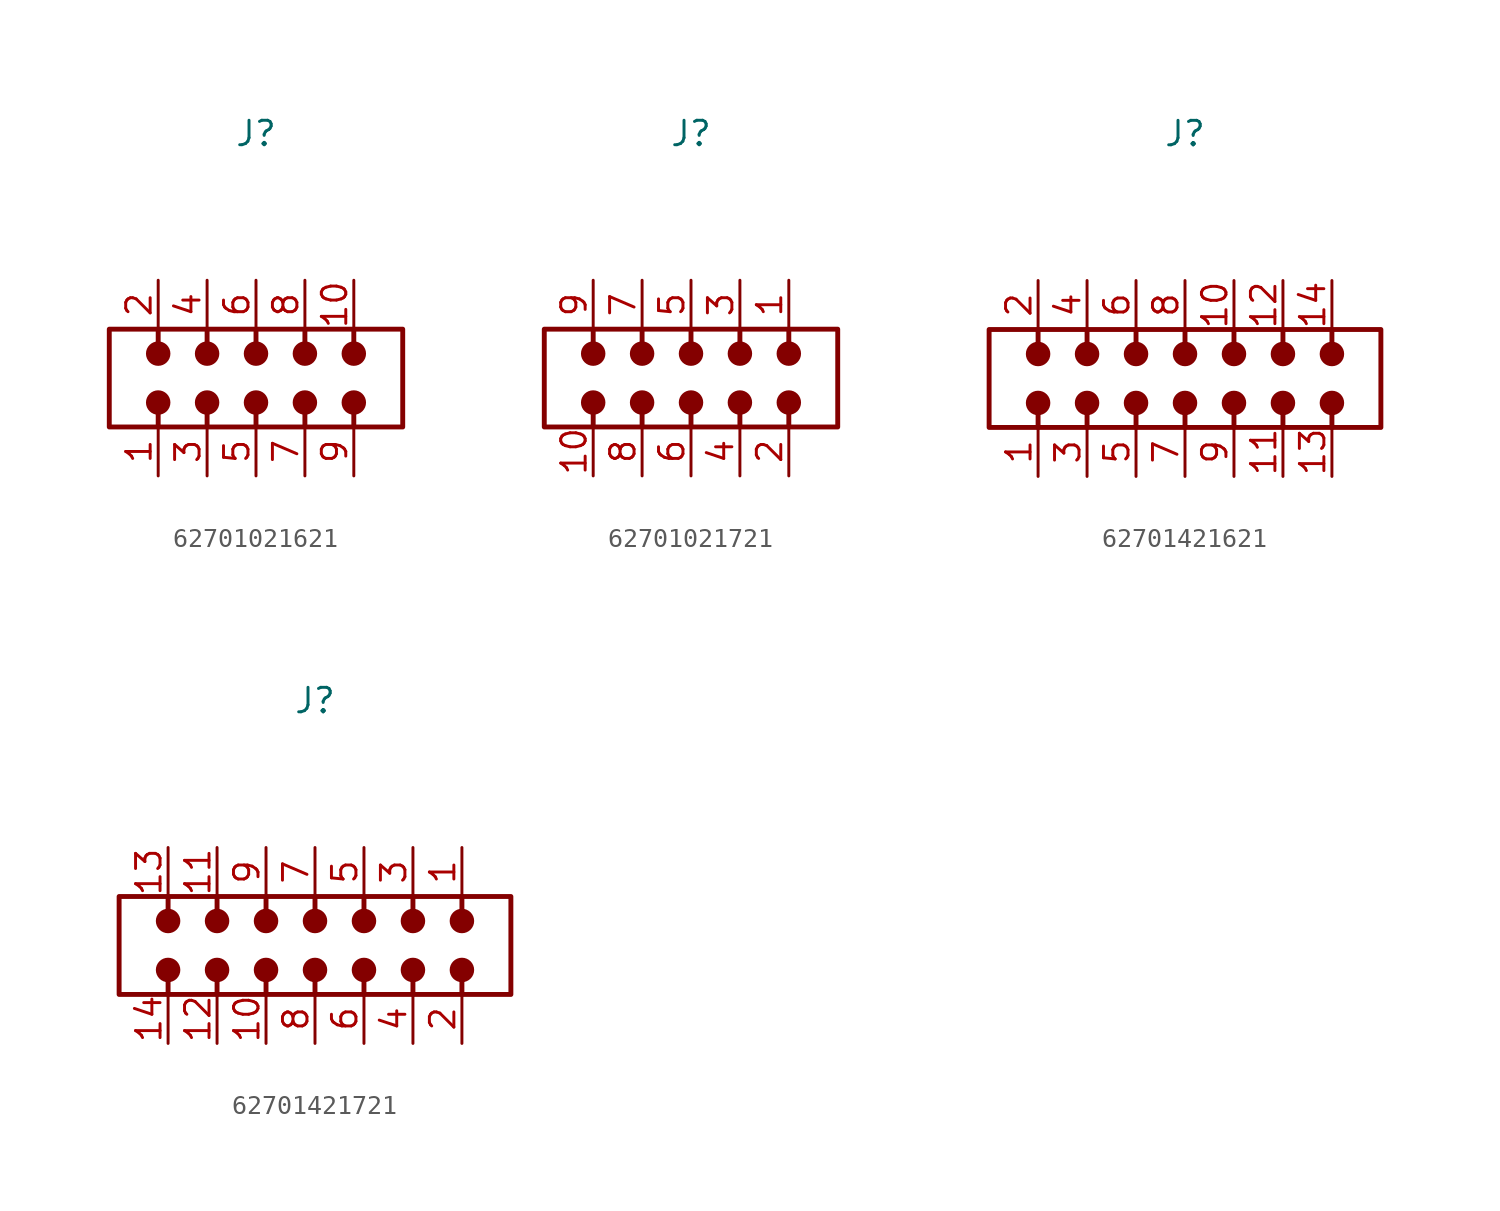
<source format=kicad_sym>
(kicad_symbol_lib
  (version 20241209)
  (generator "kicad_symbol_editor")
  (generator_version "9.0")
  (symbol "62701021621"
    (pin_names
      (hide yes))
    (property "Reference" "J"
      (at 0 12.7 0)
      (effects (font (size 1.27 1.27))))
    (symbol "62701021621_1_1"
      (rectangle (start -7.62 2.54) (end 7.62 -2.54) (stroke (width 0.254) (type solid)) (fill (type none)))
      (polyline (pts (xy -5.08 1.778) (xy -5.08 2.54)) (stroke (width 0.254) (type solid)) (fill (type none)))
      (circle (center -5.08 1.27) (radius 0.508) (stroke (width 0.254) (type solid)) (fill (type outline)))
      (circle (center -5.08 -1.27) (radius 0.508) (stroke (width 0.254) (type solid)) (fill (type outline)))
      (polyline (pts (xy -5.08 -1.778) (xy -5.08 -2.54)) (stroke (width 0.254) (type solid)) (fill (type none)))
      (polyline (pts (xy -2.54 1.778) (xy -2.54 2.54)) (stroke (width 0.254) (type solid)) (fill (type none)))
      (circle (center -2.54 1.27) (radius 0.508) (stroke (width 0.254) (type solid)) (fill (type outline)))
      (circle (center -2.54 -1.27) (radius 0.508) (stroke (width 0.254) (type solid)) (fill (type outline)))
      (polyline (pts (xy -2.54 -1.778) (xy -2.54 -2.54)) (stroke (width 0.254) (type solid)) (fill (type none)))
      (polyline (pts (xy 0 1.778) (xy 0 2.54)) (stroke (width 0.254) (type solid)) (fill (type none)))
      (circle (center 0 1.27) (radius 0.508) (stroke (width 0.254) (type solid)) (fill (type outline)))
      (circle (center 0 -1.27) (radius 0.508) (stroke (width 0.254) (type solid)) (fill (type outline)))
      (polyline (pts (xy 0 -1.778) (xy 0 -2.54)) (stroke (width 0.254) (type solid)) (fill (type none)))
      (polyline (pts (xy 2.54 1.778) (xy 2.54 2.54)) (stroke (width 0.254) (type solid)) (fill (type none)))
      (circle (center 2.54 1.27) (radius 0.508) (stroke (width 0.254) (type solid)) (fill (type outline)))
      (circle (center 2.54 -1.27) (radius 0.508) (stroke (width 0.254) (type solid)) (fill (type outline)))
      (polyline (pts (xy 2.54 -1.778) (xy 2.54 -2.54)) (stroke (width 0.254) (type solid)) (fill (type none)))
      (polyline (pts (xy 5.08 1.778) (xy 5.08 2.54)) (stroke (width 0.254) (type solid)) (fill (type none)))
      (circle (center 5.08 1.27) (radius 0.508) (stroke (width 0.254) (type solid)) (fill (type outline)))
      (circle (center 5.08 -1.27) (radius 0.508) (stroke (width 0.254) (type solid)) (fill (type outline)))
      (polyline (pts (xy 5.08 -1.778) (xy 5.08 -2.54)) (stroke (width 0.254) (type solid)) (fill (type none)))
      (pin passive line (at -5.08 5.08 270) (length 2.54) (name "2" (effects (font (size 1.27 1.27)))) (number "2" (effects (font (size 1.27 1.27)))))
      (pin passive line (at -5.08 -5.08 90) (length 2.54) (name "1" (effects (font (size 1.27 1.27)))) (number "1" (effects (font (size 1.27 1.27)))))
      (pin passive line (at -2.54 5.08 270) (length 2.54) (name "4" (effects (font (size 1.27 1.27)))) (number "4" (effects (font (size 1.27 1.27)))))
      (pin passive line (at -2.54 -5.08 90) (length 2.54) (name "3" (effects (font (size 1.27 1.27)))) (number "3" (effects (font (size 1.27 1.27)))))
      (pin passive line (at 0 5.08 270) (length 2.54) (name "6" (effects (font (size 1.27 1.27)))) (number "6" (effects (font (size 1.27 1.27)))))
      (pin passive line (at 0 -5.08 90) (length 2.54) (name "5" (effects (font (size 1.27 1.27)))) (number "5" (effects (font (size 1.27 1.27)))))
      (pin passive line (at 2.54 5.08 270) (length 2.54) (name "8" (effects (font (size 1.27 1.27)))) (number "8" (effects (font (size 1.27 1.27)))))
      (pin passive line (at 2.54 -5.08 90) (length 2.54) (name "7" (effects (font (size 1.27 1.27)))) (number "7" (effects (font (size 1.27 1.27)))))
      (pin passive line (at 5.08 5.08 270) (length 2.54) (name "10" (effects (font (size 1.27 1.27)))) (number "10" (effects (font (size 1.27 1.27)))))
      (pin passive line (at 5.08 -5.08 90) (length 2.54) (name "9" (effects (font (size 1.27 1.27)))) (number "9" (effects (font (size 1.27 1.27)))))))
  (symbol "62701021721"
    (pin_names
      (hide yes))
    (property "Reference" "J"
      (at 0 12.7 0)
      (effects (font (size 1.27 1.27))))
    (symbol "62701021721_1_1"
      (polyline (pts (xy -5.08 1.778) (xy -5.08 2.54)) (stroke (width 0.254) (type solid)) (fill (type none)))
      (circle (center -5.08 1.27) (radius 0.508) (stroke (width 0.254) (type solid)) (fill (type outline)))
      (circle (center -5.08 -1.27) (radius 0.508) (stroke (width 0.254) (type solid)) (fill (type outline)))
      (polyline (pts (xy -5.08 -1.778) (xy -5.08 -2.54)) (stroke (width 0.254) (type solid)) (fill (type none)))
      (polyline (pts (xy -2.54 1.778) (xy -2.54 2.54)) (stroke (width 0.254) (type solid)) (fill (type none)))
      (circle (center -2.54 1.27) (radius 0.508) (stroke (width 0.254) (type solid)) (fill (type outline)))
      (circle (center -2.54 -1.27) (radius 0.508) (stroke (width 0.254) (type solid)) (fill (type outline)))
      (polyline (pts (xy -2.54 -1.778) (xy -2.54 -2.54)) (stroke (width 0.254) (type solid)) (fill (type none)))
      (polyline (pts (xy 0 1.778) (xy 0 2.54)) (stroke (width 0.254) (type solid)) (fill (type none)))
      (circle (center 0 1.27) (radius 0.508) (stroke (width 0.254) (type solid)) (fill (type outline)))
      (circle (center 0 -1.27) (radius 0.508) (stroke (width 0.254) (type solid)) (fill (type outline)))
      (polyline (pts (xy 0 -1.778) (xy 0 -2.54)) (stroke (width 0.254) (type solid)) (fill (type none)))
      (polyline (pts (xy 2.54 1.778) (xy 2.54 2.54)) (stroke (width 0.254) (type solid)) (fill (type none)))
      (circle (center 2.54 1.27) (radius 0.508) (stroke (width 0.254) (type solid)) (fill (type outline)))
      (circle (center 2.54 -1.27) (radius 0.508) (stroke (width 0.254) (type solid)) (fill (type outline)))
      (polyline (pts (xy 2.54 -1.778) (xy 2.54 -2.54)) (stroke (width 0.254) (type solid)) (fill (type none)))
      (polyline (pts (xy 5.08 1.778) (xy 5.08 2.54)) (stroke (width 0.254) (type solid)) (fill (type none)))
      (circle (center 5.08 1.27) (radius 0.508) (stroke (width 0.254) (type solid)) (fill (type outline)))
      (circle (center 5.08 -1.27) (radius 0.508) (stroke (width 0.254) (type solid)) (fill (type outline)))
      (polyline (pts (xy 5.08 -1.778) (xy 5.08 -2.54)) (stroke (width 0.254) (type solid)) (fill (type none)))
      (rectangle (start 7.62 -2.54) (end -7.62 2.54) (stroke (width 0.254) (type solid)) (fill (type none)))
      (pin passive line (at -5.08 5.08 270) (length 2.54) (name "9" (effects (font (size 1.27 1.27)))) (number "9" (effects (font (size 1.27 1.27)))))
      (pin passive line (at -5.08 -5.08 90) (length 2.54) (name "10" (effects (font (size 1.27 1.27)))) (number "10" (effects (font (size 1.27 1.27)))))
      (pin passive line (at -2.54 5.08 270) (length 2.54) (name "7" (effects (font (size 1.27 1.27)))) (number "7" (effects (font (size 1.27 1.27)))))
      (pin passive line (at -2.54 -5.08 90) (length 2.54) (name "8" (effects (font (size 1.27 1.27)))) (number "8" (effects (font (size 1.27 1.27)))))
      (pin passive line (at 0 5.08 270) (length 2.54) (name "5" (effects (font (size 1.27 1.27)))) (number "5" (effects (font (size 1.27 1.27)))))
      (pin passive line (at 0 -5.08 90) (length 2.54) (name "6" (effects (font (size 1.27 1.27)))) (number "6" (effects (font (size 1.27 1.27)))))
      (pin passive line (at 2.54 5.08 270) (length 2.54) (name "3" (effects (font (size 1.27 1.27)))) (number "3" (effects (font (size 1.27 1.27)))))
      (pin passive line (at 2.54 -5.08 90) (length 2.54) (name "4" (effects (font (size 1.27 1.27)))) (number "4" (effects (font (size 1.27 1.27)))))
      (pin passive line (at 5.08 5.08 270) (length 2.54) (name "1" (effects (font (size 1.27 1.27)))) (number "1" (effects (font (size 1.27 1.27)))))
      (pin passive line (at 5.08 -5.08 90) (length 2.54) (name "2" (effects (font (size 1.27 1.27)))) (number "2" (effects (font (size 1.27 1.27)))))))
  (symbol "62701421621"
    (pin_names
      (hide yes))
    (property "Reference" "J"
      (at 0 12.7 0)
      (effects (font (size 1.27 1.27))))
    (symbol "62701421621_1_1"
      (polyline (pts (xy -7.62 1.778) (xy -7.62 2.54)) (stroke (width 0.254) (type solid)) (fill (type none)))
      (circle (center -7.62 1.27) (radius 0.508) (stroke (width 0.254) (type solid)) (fill (type outline)))
      (circle (center -7.62 -1.27) (radius 0.508) (stroke (width 0.254) (type solid)) (fill (type outline)))
      (polyline (pts (xy -7.62 -1.778) (xy -7.62 -2.54)) (stroke (width 0.254) (type solid)) (fill (type none)))
      (polyline (pts (xy -5.08 1.778) (xy -5.08 2.54)) (stroke (width 0.254) (type solid)) (fill (type none)))
      (circle (center -5.08 1.27) (radius 0.508) (stroke (width 0.254) (type solid)) (fill (type outline)))
      (circle (center -5.08 -1.27) (radius 0.508) (stroke (width 0.254) (type solid)) (fill (type outline)))
      (polyline (pts (xy -5.08 -1.778) (xy -5.08 -2.54)) (stroke (width 0.254) (type solid)) (fill (type none)))
      (polyline (pts (xy -2.54 1.778) (xy -2.54 2.54)) (stroke (width 0.254) (type solid)) (fill (type none)))
      (circle (center -2.54 1.27) (radius 0.508) (stroke (width 0.254) (type solid)) (fill (type outline)))
      (circle (center -2.54 -1.27) (radius 0.508) (stroke (width 0.254) (type solid)) (fill (type outline)))
      (polyline (pts (xy -2.54 -1.778) (xy -2.54 -2.54)) (stroke (width 0.254) (type solid)) (fill (type none)))
      (polyline (pts (xy 0 1.778) (xy 0 2.54)) (stroke (width 0.254) (type solid)) (fill (type none)))
      (circle (center 0 1.27) (radius 0.508) (stroke (width 0.254) (type solid)) (fill (type outline)))
      (circle (center 0 -1.27) (radius 0.508) (stroke (width 0.254) (type solid)) (fill (type outline)))
      (polyline (pts (xy 0 -1.778) (xy 0 -2.54)) (stroke (width 0.254) (type solid)) (fill (type none)))
      (polyline (pts (xy 2.54 1.778) (xy 2.54 2.54)) (stroke (width 0.254) (type solid)) (fill (type none)))
      (circle (center 2.54 1.27) (radius 0.508) (stroke (width 0.254) (type solid)) (fill (type outline)))
      (circle (center 2.54 -1.27) (radius 0.508) (stroke (width 0.254) (type solid)) (fill (type outline)))
      (polyline (pts (xy 2.54 -1.778) (xy 2.54 -2.54)) (stroke (width 0.254) (type solid)) (fill (type none)))
      (polyline (pts (xy 5.08 1.778) (xy 5.08 2.54)) (stroke (width 0.254) (type solid)) (fill (type none)))
      (circle (center 5.08 1.27) (radius 0.508) (stroke (width 0.254) (type solid)) (fill (type outline)))
      (circle (center 5.08 -1.27) (radius 0.508) (stroke (width 0.254) (type solid)) (fill (type outline)))
      (polyline (pts (xy 5.08 -1.778) (xy 5.08 -2.54)) (stroke (width 0.254) (type solid)) (fill (type none)))
      (polyline (pts (xy 7.62 1.778) (xy 7.62 2.54)) (stroke (width 0.254) (type solid)) (fill (type none)))
      (circle (center 7.62 1.27) (radius 0.508) (stroke (width 0.254) (type solid)) (fill (type outline)))
      (circle (center 7.62 -1.27) (radius 0.508) (stroke (width 0.254) (type solid)) (fill (type outline)))
      (polyline (pts (xy 7.62 -1.778) (xy 7.62 -2.54)) (stroke (width 0.254) (type solid)) (fill (type none)))
      (rectangle (start 10.16 -2.54) (end -10.16 2.54) (stroke (width 0.254) (type solid)) (fill (type none)))
      (pin passive line (at -7.62 5.08 270) (length 2.54) (name "2" (effects (font (size 1.27 1.27)))) (number "2" (effects (font (size 1.27 1.27)))))
      (pin passive line (at -7.62 -5.08 90) (length 2.54) (name "1" (effects (font (size 1.27 1.27)))) (number "1" (effects (font (size 1.27 1.27)))))
      (pin passive line (at -5.08 5.08 270) (length 2.54) (name "4" (effects (font (size 1.27 1.27)))) (number "4" (effects (font (size 1.27 1.27)))))
      (pin passive line (at -5.08 -5.08 90) (length 2.54) (name "3" (effects (font (size 1.27 1.27)))) (number "3" (effects (font (size 1.27 1.27)))))
      (pin passive line (at -2.54 5.08 270) (length 2.54) (name "6" (effects (font (size 1.27 1.27)))) (number "6" (effects (font (size 1.27 1.27)))))
      (pin passive line (at -2.54 -5.08 90) (length 2.54) (name "5" (effects (font (size 1.27 1.27)))) (number "5" (effects (font (size 1.27 1.27)))))
      (pin passive line (at 0 5.08 270) (length 2.54) (name "8" (effects (font (size 1.27 1.27)))) (number "8" (effects (font (size 1.27 1.27)))))
      (pin passive line (at 0 -5.08 90) (length 2.54) (name "7" (effects (font (size 1.27 1.27)))) (number "7" (effects (font (size 1.27 1.27)))))
      (pin passive line (at 2.54 5.08 270) (length 2.54) (name "10" (effects (font (size 1.27 1.27)))) (number "10" (effects (font (size 1.27 1.27)))))
      (pin passive line (at 2.54 -5.08 90) (length 2.54) (name "9" (effects (font (size 1.27 1.27)))) (number "9" (effects (font (size 1.27 1.27)))))
      (pin passive line (at 5.08 5.08 270) (length 2.54) (name "12" (effects (font (size 1.27 1.27)))) (number "12" (effects (font (size 1.27 1.27)))))
      (pin passive line (at 5.08 -5.08 90) (length 2.54) (name "11" (effects (font (size 1.27 1.27)))) (number "11" (effects (font (size 1.27 1.27)))))
      (pin passive line (at 7.62 5.08 270) (length 2.54) (name "14" (effects (font (size 1.27 1.27)))) (number "14" (effects (font (size 1.27 1.27)))))
      (pin passive line (at 7.62 -5.08 90) (length 2.54) (name "13" (effects (font (size 1.27 1.27)))) (number "13" (effects (font (size 1.27 1.27)))))))
  (symbol "62701421721"
    (pin_names
      (hide yes))
    (property "Reference" "J"
      (at 0 12.7 0)
      (effects (font (size 1.27 1.27))))
    (symbol "62701421721_1_1"
      (rectangle (start -10.16 2.54) (end 10.16 -2.54) (stroke (width 0.254) (type solid)) (fill (type none)))
      (polyline (pts (xy -7.62 1.778) (xy -7.62 2.54)) (stroke (width 0.254) (type solid)) (fill (type none)))
      (circle (center -7.62 1.27) (radius 0.508) (stroke (width 0.254) (type solid)) (fill (type outline)))
      (circle (center -7.62 -1.27) (radius 0.508) (stroke (width 0.254) (type solid)) (fill (type outline)))
      (polyline (pts (xy -7.62 -1.778) (xy -7.62 -2.54)) (stroke (width 0.254) (type solid)) (fill (type none)))
      (polyline (pts (xy -5.08 1.778) (xy -5.08 2.54)) (stroke (width 0.254) (type solid)) (fill (type none)))
      (circle (center -5.08 1.27) (radius 0.508) (stroke (width 0.254) (type solid)) (fill (type outline)))
      (circle (center -5.08 -1.27) (radius 0.508) (stroke (width 0.254) (type solid)) (fill (type outline)))
      (polyline (pts (xy -5.08 -1.778) (xy -5.08 -2.54)) (stroke (width 0.254) (type solid)) (fill (type none)))
      (polyline (pts (xy -2.54 1.778) (xy -2.54 2.54)) (stroke (width 0.254) (type solid)) (fill (type none)))
      (circle (center -2.54 1.27) (radius 0.508) (stroke (width 0.254) (type solid)) (fill (type outline)))
      (circle (center -2.54 -1.27) (radius 0.508) (stroke (width 0.254) (type solid)) (fill (type outline)))
      (polyline (pts (xy -2.54 -1.778) (xy -2.54 -2.54)) (stroke (width 0.254) (type solid)) (fill (type none)))
      (polyline (pts (xy 0 1.778) (xy 0 2.54)) (stroke (width 0.254) (type solid)) (fill (type none)))
      (circle (center 0 1.27) (radius 0.508) (stroke (width 0.254) (type solid)) (fill (type outline)))
      (circle (center 0 -1.27) (radius 0.508) (stroke (width 0.254) (type solid)) (fill (type outline)))
      (polyline (pts (xy 0 -1.778) (xy 0 -2.54)) (stroke (width 0.254) (type solid)) (fill (type none)))
      (polyline (pts (xy 2.54 1.778) (xy 2.54 2.54)) (stroke (width 0.254) (type solid)) (fill (type none)))
      (circle (center 2.54 1.27) (radius 0.508) (stroke (width 0.254) (type solid)) (fill (type outline)))
      (circle (center 2.54 -1.27) (radius 0.508) (stroke (width 0.254) (type solid)) (fill (type outline)))
      (polyline (pts (xy 2.54 -1.778) (xy 2.54 -2.54)) (stroke (width 0.254) (type solid)) (fill (type none)))
      (polyline (pts (xy 5.08 1.778) (xy 5.08 2.54)) (stroke (width 0.254) (type solid)) (fill (type none)))
      (circle (center 5.08 1.27) (radius 0.508) (stroke (width 0.254) (type solid)) (fill (type outline)))
      (circle (center 5.08 -1.27) (radius 0.508) (stroke (width 0.254) (type solid)) (fill (type outline)))
      (polyline (pts (xy 5.08 -1.778) (xy 5.08 -2.54)) (stroke (width 0.254) (type solid)) (fill (type none)))
      (polyline (pts (xy 7.62 1.778) (xy 7.62 2.54)) (stroke (width 0.254) (type solid)) (fill (type none)))
      (circle (center 7.62 1.27) (radius 0.508) (stroke (width 0.254) (type solid)) (fill (type outline)))
      (circle (center 7.62 -1.27) (radius 0.508) (stroke (width 0.254) (type solid)) (fill (type outline)))
      (polyline (pts (xy 7.62 -1.778) (xy 7.62 -2.54)) (stroke (width 0.254) (type solid)) (fill (type none)))
      (pin passive line (at -7.62 5.08 270) (length 2.54) (name "13" (effects (font (size 1.27 1.27)))) (number "13" (effects (font (size 1.27 1.27)))))
      (pin passive line (at -7.62 -5.08 90) (length 2.54) (name "14" (effects (font (size 1.27 1.27)))) (number "14" (effects (font (size 1.27 1.27)))))
      (pin passive line (at -5.08 5.08 270) (length 2.54) (name "11" (effects (font (size 1.27 1.27)))) (number "11" (effects (font (size 1.27 1.27)))))
      (pin passive line (at -5.08 -5.08 90) (length 2.54) (name "12" (effects (font (size 1.27 1.27)))) (number "12" (effects (font (size 1.27 1.27)))))
      (pin passive line (at -2.54 5.08 270) (length 2.54) (name "9" (effects (font (size 1.27 1.27)))) (number "9" (effects (font (size 1.27 1.27)))))
      (pin passive line (at -2.54 -5.08 90) (length 2.54) (name "10" (effects (font (size 1.27 1.27)))) (number "10" (effects (font (size 1.27 1.27)))))
      (pin passive line (at 0 5.08 270) (length 2.54) (name "7" (effects (font (size 1.27 1.27)))) (number "7" (effects (font (size 1.27 1.27)))))
      (pin passive line (at 0 -5.08 90) (length 2.54) (name "8" (effects (font (size 1.27 1.27)))) (number "8" (effects (font (size 1.27 1.27)))))
      (pin passive line (at 2.54 5.08 270) (length 2.54) (name "5" (effects (font (size 1.27 1.27)))) (number "5" (effects (font (size 1.27 1.27)))))
      (pin passive line (at 2.54 -5.08 90) (length 2.54) (name "6" (effects (font (size 1.27 1.27)))) (number "6" (effects (font (size 1.27 1.27)))))
      (pin passive line (at 5.08 5.08 270) (length 2.54) (name "3" (effects (font (size 1.27 1.27)))) (number "3" (effects (font (size 1.27 1.27)))))
      (pin passive line (at 5.08 -5.08 90) (length 2.54) (name "4" (effects (font (size 1.27 1.27)))) (number "4" (effects (font (size 1.27 1.27)))))
      (pin passive line (at 7.62 5.08 270) (length 2.54) (name "1" (effects (font (size 1.27 1.27)))) (number "1" (effects (font (size 1.27 1.27)))))
      (pin passive line (at 7.62 -5.08 90) (length 2.54) (name "2" (effects (font (size 1.27 1.27)))) (number "2" (effects (font (size 1.27 1.27))))))))
</source>
